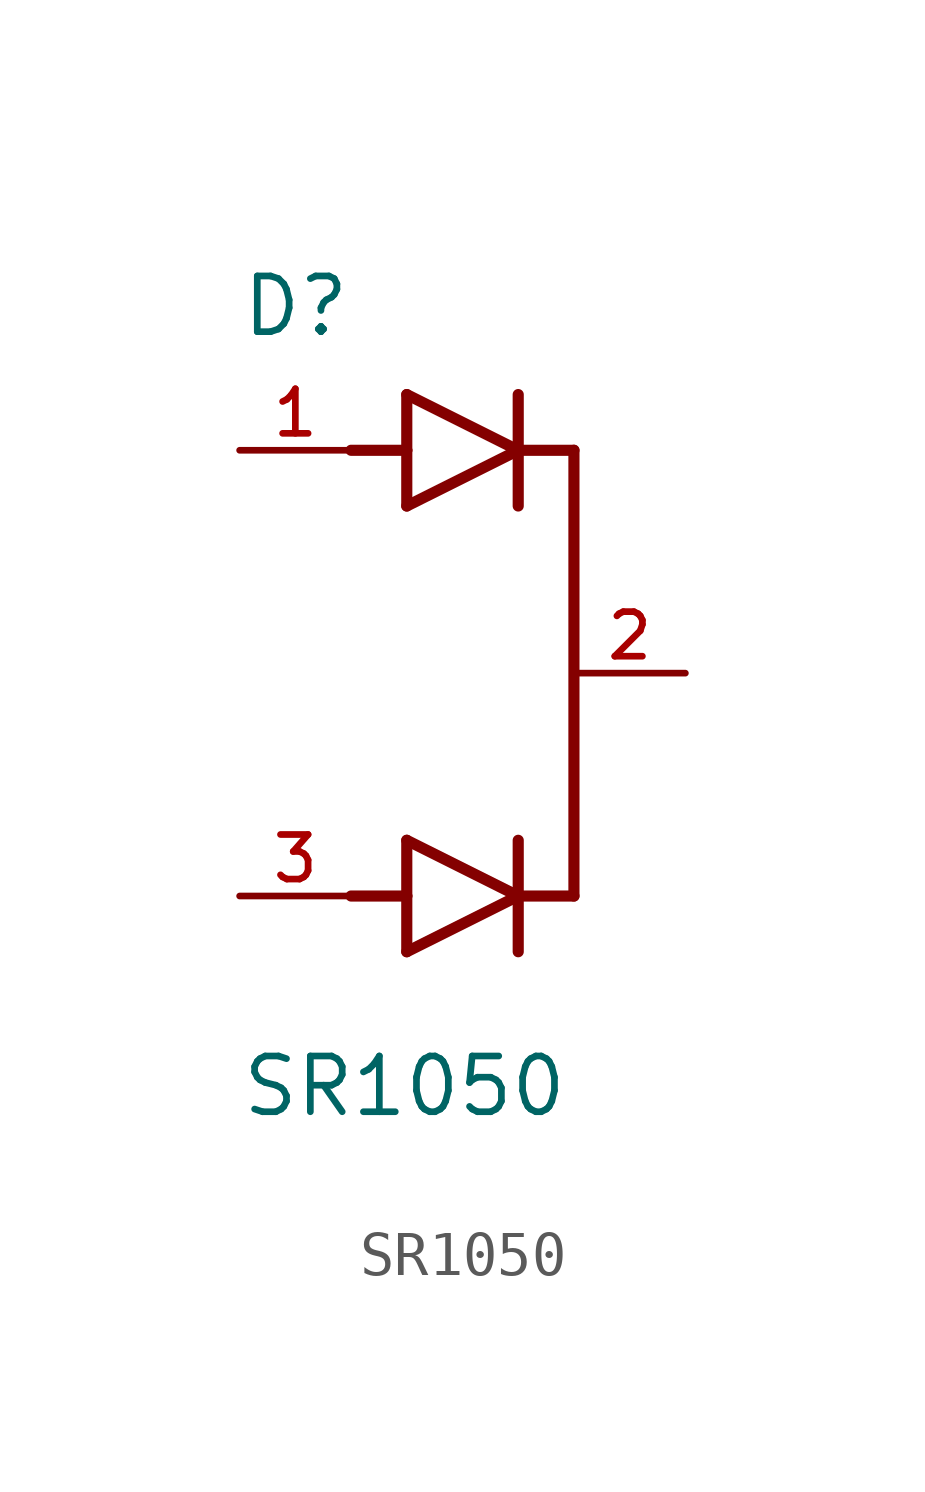
<source format=kicad_sym>
(kicad_symbol_lib
  (version 20211014)
  (generator kicad_symbol_editor)
  (symbol "SR1050"
    (pin_names
      (offset 1.016))
    (property "Reference" "D"
      (at -5.08 7.62 0)
      (effects (font (size 1.27 1.27)) (justify bottom left)))
    (property "Value" "SR1050"
      (at -5.08 -10.16 0)
      (effects (font (size 1.27 1.27)) (justify bottom left)))
    (symbol "SR1050_0_0"
      (polyline (pts (xy -1.27 3.81) (xy 1.27 5.08)) (stroke (width 0.254)))
      (polyline (pts (xy 1.27 5.08) (xy -1.27 6.35)) (stroke (width 0.254)))
      (polyline (pts (xy 1.27 6.35) (xy 1.27 5.08)) (stroke (width 0.254)))
      (polyline (pts (xy -1.27 6.35) (xy -1.27 5.08)) (stroke (width 0.254)))
      (polyline (pts (xy -1.27 5.08) (xy -1.27 3.81)) (stroke (width 0.254)))
      (polyline (pts (xy 1.27 5.08) (xy 1.27 3.81)) (stroke (width 0.254)))
      (polyline (pts (xy -2.54 5.08) (xy -1.27 5.08)) (stroke (width 0.254)))
      (polyline (pts (xy 1.27 5.08) (xy 2.54 5.08)) (stroke (width 0.254)))
      (polyline (pts (xy -1.27 -6.35) (xy 1.27 -5.08)) (stroke (width 0.254)))
      (polyline (pts (xy 1.27 -5.08) (xy -1.27 -3.81)) (stroke (width 0.254)))
      (polyline (pts (xy 1.27 -3.81) (xy 1.27 -5.08)) (stroke (width 0.254)))
      (polyline (pts (xy -1.27 -3.81) (xy -1.27 -5.08)) (stroke (width 0.254)))
      (polyline (pts (xy -1.27 -5.08) (xy -1.27 -6.35)) (stroke (width 0.254)))
      (polyline (pts (xy 1.27 -5.08) (xy 1.27 -6.35)) (stroke (width 0.254)))
      (polyline (pts (xy -2.54 -5.08) (xy -1.27 -5.08)) (stroke (width 0.254)))
      (polyline (pts (xy 1.27 -5.08) (xy 2.54 -5.08)) (stroke (width 0.254)))
      (rectangle (start 2.54 -5.08) (end 2.54 5.08) (stroke (width 0.254)) (fill (type background)))
      (pin passive line (at -5.08 5.08 0) (length 2.54) (name "~" (effects (font (size 1.016 1.016)))) (number "1" (effects (font (size 1.016 1.016)))))
      (pin passive line (at -5.08 -5.08 0) (length 2.54) (name "~" (effects (font (size 1.016 1.016)))) (number "3" (effects (font (size 1.016 1.016)))))
      (pin passive line (at 5.08 0.0 180.0) (length 2.54) (name "~" (effects (font (size 1.016 1.016)))) (number "2" (effects (font (size 1.016 1.016))))))))
</source>
